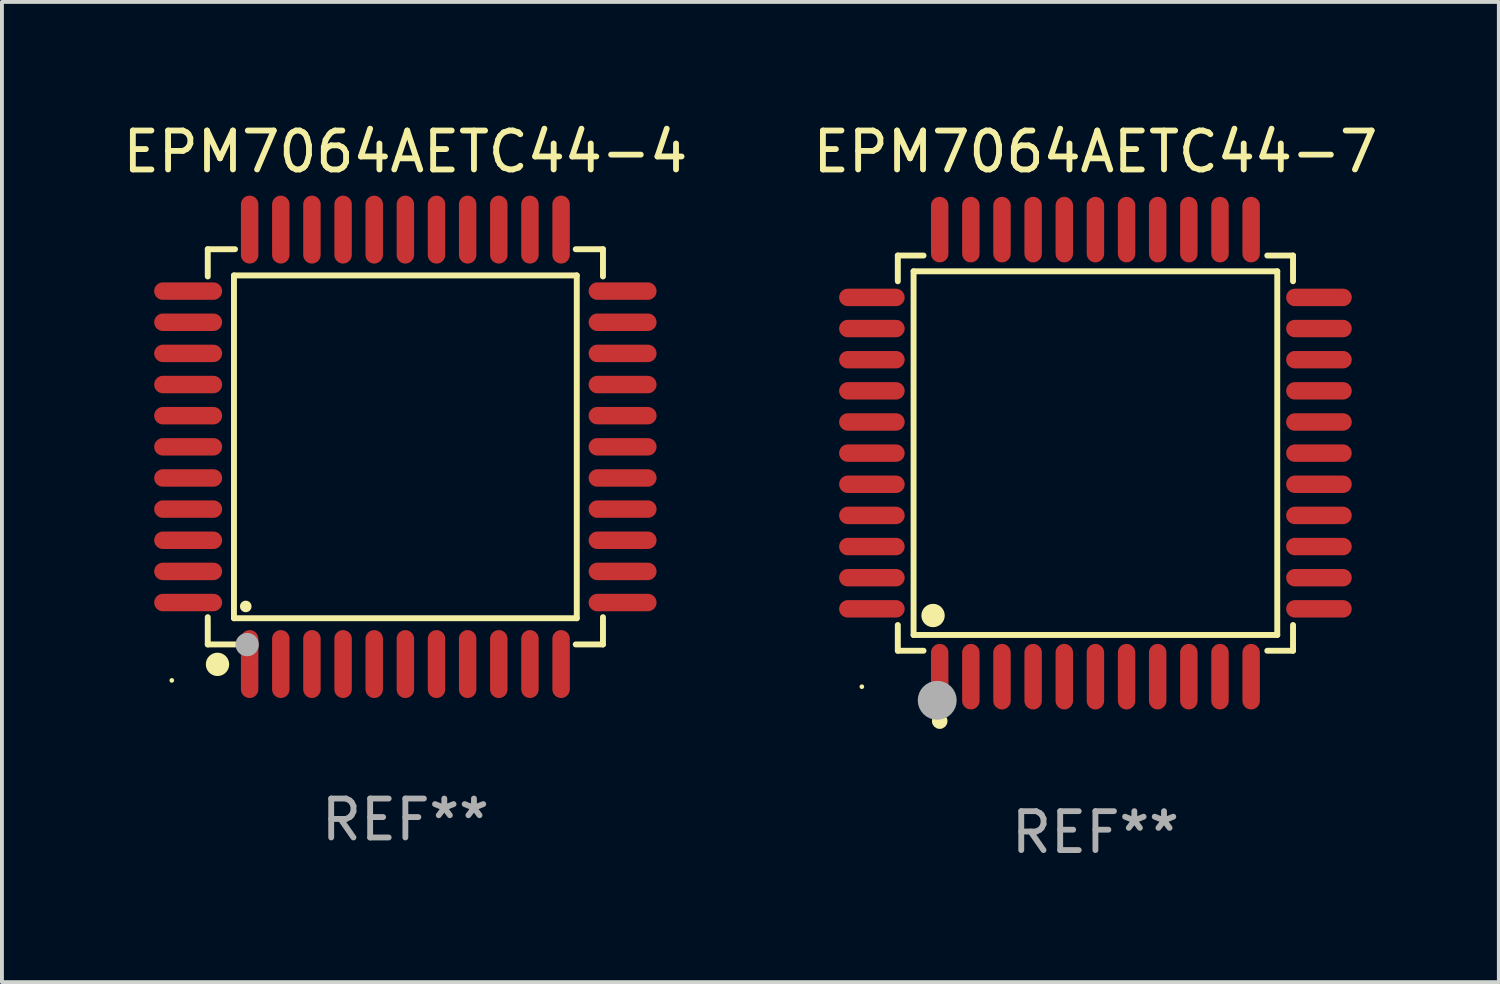
<source format=kicad_pcb>
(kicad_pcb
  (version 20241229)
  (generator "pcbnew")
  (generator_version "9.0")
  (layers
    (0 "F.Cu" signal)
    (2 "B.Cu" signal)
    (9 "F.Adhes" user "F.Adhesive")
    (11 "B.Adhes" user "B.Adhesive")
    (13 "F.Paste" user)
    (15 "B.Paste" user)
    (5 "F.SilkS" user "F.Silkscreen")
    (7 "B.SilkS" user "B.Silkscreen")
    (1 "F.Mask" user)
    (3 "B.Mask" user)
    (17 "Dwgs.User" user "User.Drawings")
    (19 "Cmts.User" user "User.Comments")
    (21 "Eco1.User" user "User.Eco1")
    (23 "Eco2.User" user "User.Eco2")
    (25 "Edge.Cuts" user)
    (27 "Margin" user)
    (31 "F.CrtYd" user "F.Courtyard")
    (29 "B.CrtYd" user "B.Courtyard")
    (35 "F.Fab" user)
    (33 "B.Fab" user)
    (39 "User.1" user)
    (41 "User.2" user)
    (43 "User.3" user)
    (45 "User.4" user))
  (footprint "EPM7064AETC44-7"
    (layer "F.Cu")
    (at 25.089 8.59)
    (property "Reference" "EPM7064AETC44-7" (at 0 -7.742 0) (layer "F.SilkS") (effects (font (size 1 1) (thickness 0.15))))
    (attr through_hole)
    (fp_line (start -5.076 -5.076) (end -4.415 -5.076) (stroke (width 0.152) (type solid)) (layer "F.SilkS"))
    (fp_line (start -5.076 -4.415) (end -5.076 -5.076) (stroke (width 0.152) (type solid)) (layer "F.SilkS"))
    (fp_line (start -5.076 4.415) (end -5.076 5.076) (stroke (width 0.152) (type solid)) (layer "F.SilkS"))
    (fp_line (start -5.076 5.076) (end -4.415 5.076) (stroke (width 0.152) (type solid)) (layer "F.SilkS"))
    (fp_line (start -4.671 -4.671) (end 4.671 -4.671) (stroke (width 0.152) (type solid)) (layer "F.SilkS"))
    (fp_line (start -4.671 4.671) (end -4.671 -4.671) (stroke (width 0.152) (type solid)) (layer "F.SilkS"))
    (fp_line (start 4.671 -4.671) (end 4.671 4.671) (stroke (width 0.152) (type solid)) (layer "F.SilkS"))
    (fp_line (start 4.671 4.671) (end -4.671 4.671) (stroke (width 0.152) (type solid)) (layer "F.SilkS"))
    (fp_line (start 5.076 -5.076) (end 4.415 -5.076) (stroke (width 0.152) (type solid)) (layer "F.SilkS"))
    (fp_line (start 5.076 -4.415) (end 5.076 -5.076) (stroke (width 0.152) (type solid)) (layer "F.SilkS"))
    (fp_line (start 5.076 4.415) (end 5.076 5.076) (stroke (width 0.152) (type solid)) (layer "F.SilkS"))
    (fp_line (start 5.076 5.076) (end 4.415 5.076) (stroke (width 0.152) (type solid)) (layer "F.SilkS"))
    (fp_circle (center -6 6) (end -5.97 6) (stroke (width 0.06) (type solid)) (fill no) (layer "F.SilkS"))
    (fp_circle (center -4.171 4.171) (end -4.021 4.171) (stroke (width 0.3) (type solid)) (fill no) (layer "F.SilkS"))
    (fp_circle (center -4 6.884) (end -3.9 6.884) (stroke (width 0.2) (type solid)) (fill no) (layer "F.SilkS"))
    (fp_circle (center -4.064 6.35) (end -3.814 6.35) (stroke (width 0.5) (type solid)) (fill no) (layer "F.Fab"))
    (fp_text user "REF**" (at 0 9.742 0) (layer "F.Fab") (effects (font (size 1 1) (thickness 0.15))))
    (pad "1" smd oval (at -4 5.742) (size 0.448 1.684) (layers "F.Cu" "F.Mask" "F.Paste"))
    (pad "2" smd oval (at -3.2 5.742) (size 0.448 1.684) (layers "F.Cu" "F.Mask" "F.Paste"))
    (pad "3" smd oval (at -2.4 5.742) (size 0.448 1.684) (layers "F.Cu" "F.Mask" "F.Paste"))
    (pad "4" smd oval (at -1.6 5.742) (size 0.448 1.684) (layers "F.Cu" "F.Mask" "F.Paste"))
    (pad "5" smd oval (at -0.8 5.742) (size 0.448 1.684) (layers "F.Cu" "F.Mask" "F.Paste"))
    (pad "6" smd oval (at 0 5.742) (size 0.448 1.684) (layers "F.Cu" "F.Mask" "F.Paste"))
    (pad "7" smd oval (at 0.8 5.742) (size 0.448 1.684) (layers "F.Cu" "F.Mask" "F.Paste"))
    (pad "8" smd oval (at 1.6 5.742) (size 0.448 1.684) (layers "F.Cu" "F.Mask" "F.Paste"))
    (pad "9" smd oval (at 2.4 5.742) (size 0.448 1.684) (layers "F.Cu" "F.Mask" "F.Paste"))
    (pad "10" smd oval (at 3.2 5.742) (size 0.448 1.684) (layers "F.Cu" "F.Mask" "F.Paste"))
    (pad "11" smd oval (at 4 5.742) (size 0.448 1.684) (layers "F.Cu" "F.Mask" "F.Paste"))
    (pad "12" smd oval (at 5.742 4) (size 1.684 0.448) (layers "F.Cu" "F.Mask" "F.Paste"))
    (pad "13" smd oval (at 5.742 3.2) (size 1.684 0.448) (layers "F.Cu" "F.Mask" "F.Paste"))
    (pad "14" smd oval (at 5.742 2.4) (size 1.684 0.448) (layers "F.Cu" "F.Mask" "F.Paste"))
    (pad "15" smd oval (at 5.742 1.6) (size 1.684 0.448) (layers "F.Cu" "F.Mask" "F.Paste"))
    (pad "16" smd oval (at 5.742 0.8) (size 1.684 0.448) (layers "F.Cu" "F.Mask" "F.Paste"))
    (pad "17" smd oval (at 5.742 0) (size 1.684 0.448) (layers "F.Cu" "F.Mask" "F.Paste"))
    (pad "18" smd oval (at 5.742 -0.8) (size 1.684 0.448) (layers "F.Cu" "F.Mask" "F.Paste"))
    (pad "19" smd oval (at 5.742 -1.6) (size 1.684 0.448) (layers "F.Cu" "F.Mask" "F.Paste"))
    (pad "20" smd oval (at 5.742 -2.4) (size 1.684 0.448) (layers "F.Cu" "F.Mask" "F.Paste"))
    (pad "21" smd oval (at 5.742 -3.2) (size 1.684 0.448) (layers "F.Cu" "F.Mask" "F.Paste"))
    (pad "22" smd oval (at 5.742 -4) (size 1.684 0.448) (layers "F.Cu" "F.Mask" "F.Paste"))
    (pad "23" smd oval (at 4 -5.742) (size 0.448 1.684) (layers "F.Cu" "F.Mask" "F.Paste"))
    (pad "24" smd oval (at 3.2 -5.742) (size 0.448 1.684) (layers "F.Cu" "F.Mask" "F.Paste"))
    (pad "25" smd oval (at 2.4 -5.742) (size 0.448 1.684) (layers "F.Cu" "F.Mask" "F.Paste"))
    (pad "26" smd oval (at 1.6 -5.742) (size 0.448 1.684) (layers "F.Cu" "F.Mask" "F.Paste"))
    (pad "27" smd oval (at 0.8 -5.742) (size 0.448 1.684) (layers "F.Cu" "F.Mask" "F.Paste"))
    (pad "28" smd oval (at 0 -5.742) (size 0.448 1.684) (layers "F.Cu" "F.Mask" "F.Paste"))
    (pad "29" smd oval (at -0.8 -5.742) (size 0.448 1.684) (layers "F.Cu" "F.Mask" "F.Paste"))
    (pad "30" smd oval (at -1.6 -5.742) (size 0.448 1.684) (layers "F.Cu" "F.Mask" "F.Paste"))
    (pad "31" smd oval (at -2.4 -5.742) (size 0.448 1.684) (layers "F.Cu" "F.Mask" "F.Paste"))
    (pad "32" smd oval (at -3.2 -5.742) (size 0.448 1.684) (layers "F.Cu" "F.Mask" "F.Paste"))
    (pad "33" smd oval (at -4 -5.742) (size 0.448 1.684) (layers "F.Cu" "F.Mask" "F.Paste"))
    (pad "34" smd oval (at -5.742 -4) (size 1.684 0.448) (layers "F.Cu" "F.Mask" "F.Paste"))
    (pad "35" smd oval (at -5.742 -3.2) (size 1.684 0.448) (layers "F.Cu" "F.Mask" "F.Paste"))
    (pad "36" smd oval (at -5.742 -2.4) (size 1.684 0.448) (layers "F.Cu" "F.Mask" "F.Paste"))
    (pad "37" smd oval (at -5.742 -1.6) (size 1.684 0.448) (layers "F.Cu" "F.Mask" "F.Paste"))
    (pad "38" smd oval (at -5.742 -0.8) (size 1.684 0.448) (layers "F.Cu" "F.Mask" "F.Paste"))
    (pad "39" smd oval (at -5.742 0) (size 1.684 0.448) (layers "F.Cu" "F.Mask" "F.Paste"))
    (pad "40" smd oval (at -5.742 0.8) (size 1.684 0.448) (layers "F.Cu" "F.Mask" "F.Paste"))
    (pad "41" smd oval (at -5.742 1.6) (size 1.684 0.448) (layers "F.Cu" "F.Mask" "F.Paste"))
    (pad "42" smd oval (at -5.742 2.4) (size 1.684 0.448) (layers "F.Cu" "F.Mask" "F.Paste"))
    (pad "43" smd oval (at -5.742 3.2) (size 1.684 0.448) (layers "F.Cu" "F.Mask" "F.Paste"))
    (pad "44" smd oval (at -5.742 4) (size 1.684 0.448) (layers "F.Cu" "F.Mask" "F.Paste")))
  (footprint "EPM7064AETC44-4"
    (layer "F.Cu")
    (at 7.363 8.428)
    (property "Reference" "EPM7064AETC44-4" (at 0 -7.58 0) (layer "F.SilkS") (effects (font (size 1 1) (thickness 0.15))))
    (attr through_hole)
    (fp_line (start -5.076 -5.076) (end -5.076 -4.376) (stroke (width 0.152) (type solid)) (layer "F.SilkS"))
    (fp_line (start -5.076 5.076) (end -5.076 4.376) (stroke (width 0.152) (type solid)) (layer "F.SilkS"))
    (fp_line (start -4.403 -4.403) (end 4.403 -4.403) (stroke (width 0.152) (type solid)) (layer "F.SilkS"))
    (fp_line (start -4.403 4.403) (end -4.403 -4.403) (stroke (width 0.152) (type solid)) (layer "F.SilkS"))
    (fp_line (start -4.376 -5.076) (end -5.076 -5.076) (stroke (width 0.152) (type solid)) (layer "F.SilkS"))
    (fp_line (start -4.376 5.076) (end -5.076 5.076) (stroke (width 0.152) (type solid)) (layer "F.SilkS"))
    (fp_line (start 4.376 -5.076) (end 5.076 -5.076) (stroke (width 0.152) (type solid)) (layer "F.SilkS"))
    (fp_line (start 4.376 5.076) (end 5.076 5.076) (stroke (width 0.152) (type solid)) (layer "F.SilkS"))
    (fp_line (start 4.403 -4.403) (end 4.403 4.403) (stroke (width 0.152) (type solid)) (layer "F.SilkS"))
    (fp_line (start 4.403 4.403) (end -4.403 4.403) (stroke (width 0.152) (type solid)) (layer "F.SilkS"))
    (fp_line (start 5.076 -5.076) (end 5.076 -4.376) (stroke (width 0.152) (type solid)) (layer "F.SilkS"))
    (fp_line (start 5.076 5.076) (end 5.076 4.376) (stroke (width 0.152) (type solid)) (layer "F.SilkS"))
    (fp_circle (center -6 6) (end -5.97 6) (stroke (width 0.06) (type solid)) (fill no) (layer "F.SilkS"))
    (fp_circle (center -4.826 5.588) (end -4.676 5.588) (stroke (width 0.3) (type solid)) (fill no) (layer "F.SilkS"))
    (fp_circle (center -4.1 4.1) (end -4.025 4.1) (stroke (width 0.15) (type solid)) (fill no) (layer "F.SilkS"))
    (fp_circle (center -4.064 5.08) (end -3.914 5.08) (stroke (width 0.3) (type solid)) (fill no) (layer "F.Fab"))
    (fp_text user "REF**" (at 0 9.58 0) (layer "F.Fab") (effects (font (size 1 1) (thickness 0.15))))
    (pad "1" smd oval (at -4 5.58) (size 0.448 1.745) (layers "F.Cu" "F.Mask" "F.Paste"))
    (pad "2" smd oval (at -3.2 5.58) (size 0.448 1.745) (layers "F.Cu" "F.Mask" "F.Paste"))
    (pad "3" smd oval (at -2.4 5.58) (size 0.448 1.745) (layers "F.Cu" "F.Mask" "F.Paste"))
    (pad "4" smd oval (at -1.6 5.58) (size 0.448 1.745) (layers "F.Cu" "F.Mask" "F.Paste"))
    (pad "5" smd oval (at -0.8 5.58) (size 0.448 1.745) (layers "F.Cu" "F.Mask" "F.Paste"))
    (pad "6" smd oval (at 0 5.58) (size 0.448 1.745) (layers "F.Cu" "F.Mask" "F.Paste"))
    (pad "7" smd oval (at 0.8 5.58) (size 0.448 1.745) (layers "F.Cu" "F.Mask" "F.Paste"))
    (pad "8" smd oval (at 1.6 5.58) (size 0.448 1.745) (layers "F.Cu" "F.Mask" "F.Paste"))
    (pad "9" smd oval (at 2.4 5.58) (size 0.448 1.745) (layers "F.Cu" "F.Mask" "F.Paste"))
    (pad "10" smd oval (at 3.2 5.58) (size 0.448 1.745) (layers "F.Cu" "F.Mask" "F.Paste"))
    (pad "11" smd oval (at 4 5.58) (size 0.448 1.745) (layers "F.Cu" "F.Mask" "F.Paste"))
    (pad "12" smd oval (at 5.58 4) (size 1.745 0.448) (layers "F.Cu" "F.Mask" "F.Paste"))
    (pad "13" smd oval (at 5.58 3.2) (size 1.745 0.448) (layers "F.Cu" "F.Mask" "F.Paste"))
    (pad "14" smd oval (at 5.58 2.4) (size 1.745 0.448) (layers "F.Cu" "F.Mask" "F.Paste"))
    (pad "15" smd oval (at 5.58 1.6) (size 1.745 0.448) (layers "F.Cu" "F.Mask" "F.Paste"))
    (pad "16" smd oval (at 5.58 0.8) (size 1.745 0.448) (layers "F.Cu" "F.Mask" "F.Paste"))
    (pad "17" smd oval (at 5.58 0) (size 1.745 0.448) (layers "F.Cu" "F.Mask" "F.Paste"))
    (pad "18" smd oval (at 5.58 -0.8) (size 1.745 0.448) (layers "F.Cu" "F.Mask" "F.Paste"))
    (pad "19" smd oval (at 5.58 -1.6) (size 1.745 0.448) (layers "F.Cu" "F.Mask" "F.Paste"))
    (pad "20" smd oval (at 5.58 -2.4) (size 1.745 0.448) (layers "F.Cu" "F.Mask" "F.Paste"))
    (pad "21" smd oval (at 5.58 -3.2) (size 1.745 0.448) (layers "F.Cu" "F.Mask" "F.Paste"))
    (pad "22" smd oval (at 5.58 -4) (size 1.745 0.448) (layers "F.Cu" "F.Mask" "F.Paste"))
    (pad "23" smd oval (at 4 -5.58) (size 0.448 1.745) (layers "F.Cu" "F.Mask" "F.Paste"))
    (pad "24" smd oval (at 3.2 -5.58) (size 0.448 1.745) (layers "F.Cu" "F.Mask" "F.Paste"))
    (pad "25" smd oval (at 2.4 -5.58) (size 0.448 1.745) (layers "F.Cu" "F.Mask" "F.Paste"))
    (pad "26" smd oval (at 1.6 -5.58) (size 0.448 1.745) (layers "F.Cu" "F.Mask" "F.Paste"))
    (pad "27" smd oval (at 0.8 -5.58) (size 0.448 1.745) (layers "F.Cu" "F.Mask" "F.Paste"))
    (pad "28" smd oval (at 0 -5.58) (size 0.448 1.745) (layers "F.Cu" "F.Mask" "F.Paste"))
    (pad "29" smd oval (at -0.8 -5.58) (size 0.448 1.745) (layers "F.Cu" "F.Mask" "F.Paste"))
    (pad "30" smd oval (at -1.6 -5.58) (size 0.448 1.745) (layers "F.Cu" "F.Mask" "F.Paste"))
    (pad "31" smd oval (at -2.4 -5.58) (size 0.448 1.745) (layers "F.Cu" "F.Mask" "F.Paste"))
    (pad "32" smd oval (at -3.2 -5.58) (size 0.448 1.745) (layers "F.Cu" "F.Mask" "F.Paste"))
    (pad "33" smd oval (at -4 -5.58) (size 0.448 1.745) (layers "F.Cu" "F.Mask" "F.Paste"))
    (pad "34" smd oval (at -5.58 -4) (size 1.745 0.448) (layers "F.Cu" "F.Mask" "F.Paste"))
    (pad "35" smd oval (at -5.58 -3.2) (size 1.745 0.448) (layers "F.Cu" "F.Mask" "F.Paste"))
    (pad "36" smd oval (at -5.58 -2.4) (size 1.745 0.448) (layers "F.Cu" "F.Mask" "F.Paste"))
    (pad "37" smd oval (at -5.58 -1.6) (size 1.745 0.448) (layers "F.Cu" "F.Mask" "F.Paste"))
    (pad "38" smd oval (at -5.58 -0.8) (size 1.745 0.448) (layers "F.Cu" "F.Mask" "F.Paste"))
    (pad "39" smd oval (at -5.58 0) (size 1.745 0.448) (layers "F.Cu" "F.Mask" "F.Paste"))
    (pad "40" smd oval (at -5.58 0.8) (size 1.745 0.448) (layers "F.Cu" "F.Mask" "F.Paste"))
    (pad "41" smd oval (at -5.58 1.6) (size 1.745 0.448) (layers "F.Cu" "F.Mask" "F.Paste"))
    (pad "42" smd oval (at -5.58 2.4) (size 1.745 0.448) (layers "F.Cu" "F.Mask" "F.Paste"))
    (pad "43" smd oval (at -5.58 3.2) (size 1.745 0.448) (layers "F.Cu" "F.Mask" "F.Paste"))
    (pad "44" smd oval (at -5.58 4) (size 1.745 0.448) (layers "F.Cu" "F.Mask" "F.Paste")))
  (gr_rect
    (start -3 -3)
    (end 35.452 22.18)
    (stroke (width 0.1) (type default))
    (fill no)
    (layer "Edge.Cuts")))
</source>
